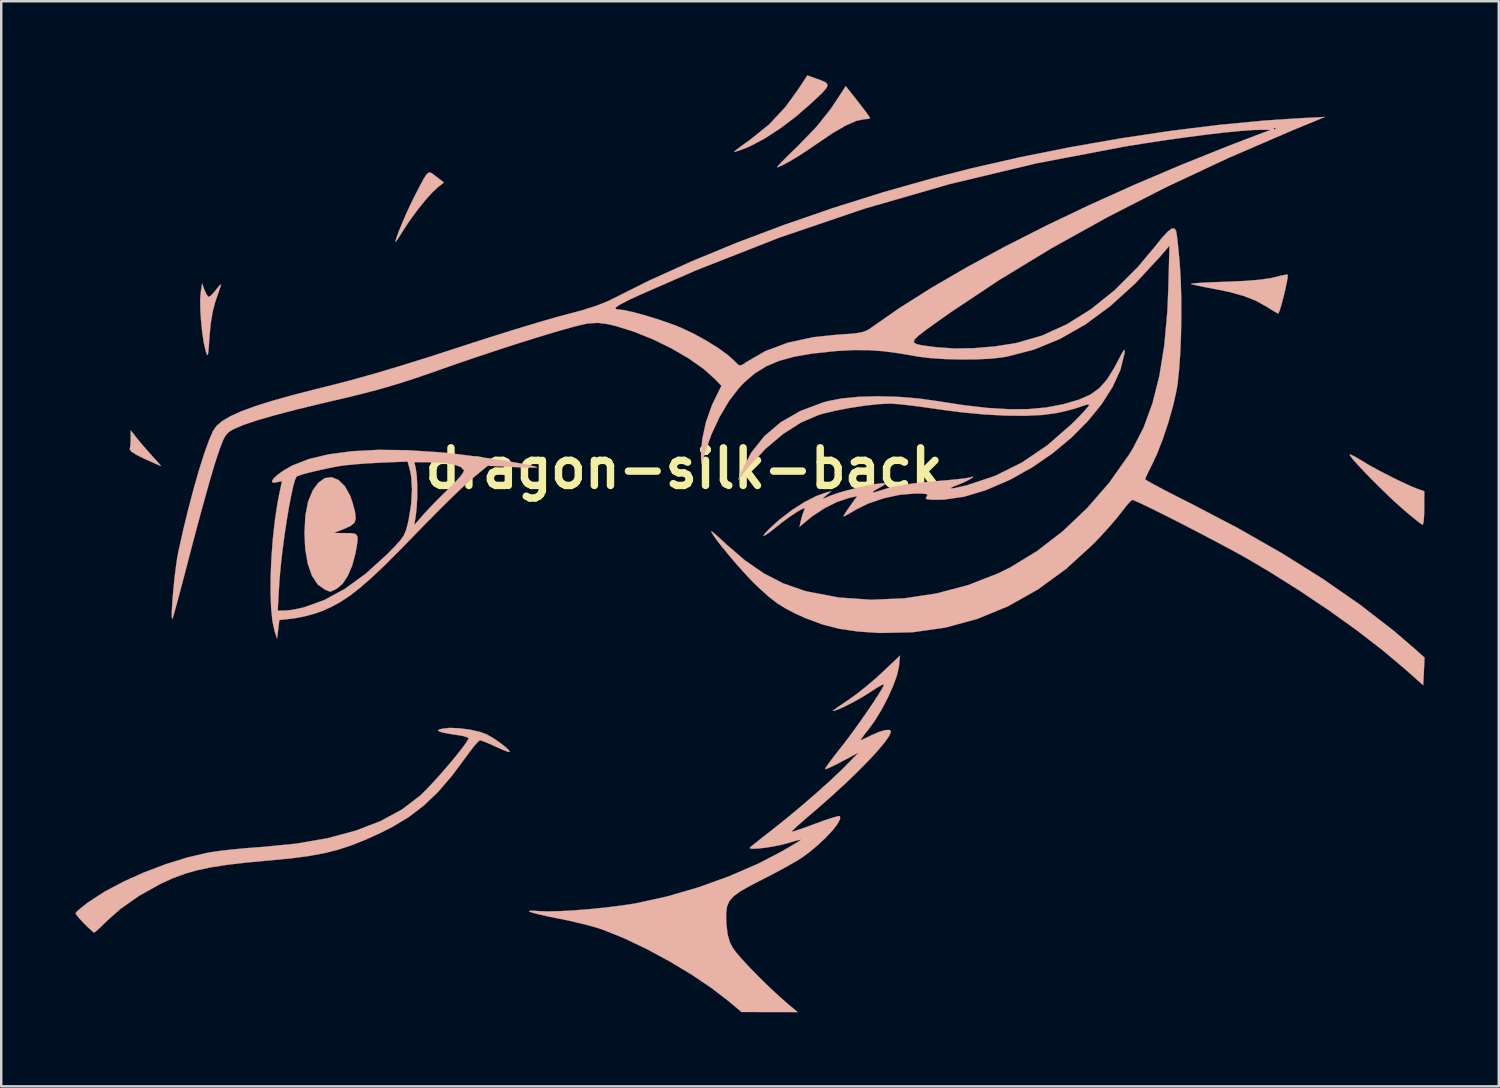
<source format=kicad_pcb>
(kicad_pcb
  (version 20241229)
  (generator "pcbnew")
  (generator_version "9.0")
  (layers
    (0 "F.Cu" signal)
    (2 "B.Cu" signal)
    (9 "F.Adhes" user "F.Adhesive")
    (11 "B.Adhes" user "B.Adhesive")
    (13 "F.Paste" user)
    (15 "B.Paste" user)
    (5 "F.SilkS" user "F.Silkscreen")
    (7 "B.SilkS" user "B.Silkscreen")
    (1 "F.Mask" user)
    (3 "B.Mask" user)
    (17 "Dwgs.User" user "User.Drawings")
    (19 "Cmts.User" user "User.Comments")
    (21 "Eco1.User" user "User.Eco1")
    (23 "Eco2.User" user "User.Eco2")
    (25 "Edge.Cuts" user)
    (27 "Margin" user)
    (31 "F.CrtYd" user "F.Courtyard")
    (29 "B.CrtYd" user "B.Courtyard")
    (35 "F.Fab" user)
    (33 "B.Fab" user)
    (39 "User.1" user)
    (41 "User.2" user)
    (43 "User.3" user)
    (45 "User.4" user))
  (footprint "dragon-silk-back"
    (layer "F.Cu")
    (at 24.643 15.915)
    (property "Reference" "dragon-silk-back" (at 0 0 0) (layer "F.SilkS") (effects (font (size 1.524 1.524) (thickness 0.3))))
    (attr through_hole)
    (fp_poly (pts (xy -22.145 -1.216) (xy -21.939 -0.968) (xy -21.685 -0.675) (xy -21.515 -0.487) (xy -21.331 -0.284) (xy -21.209 -0.142) (xy -21.176 -0.094) (xy -21.263 -0.13) (xy -21.466 -0.22) (xy -21.746 -0.345) (xy -21.844 -0.389) (xy -22.177 -0.554) (xy -22.381 -0.688) (xy -22.441 -0.78) (xy -22.44 -0.783) (xy -22.414 -0.933) (xy -22.402 -1.167) (xy -22.402 -1.216) (xy -22.403 -1.543) (xy -22.145 -1.216)) (stroke (width 0.01) (type solid)) (fill yes) (layer "B.SilkS"))
    (fp_poly (pts (xy 5.336 -15.79) (xy 5.593 -15.697) (xy 5.755 -15.618) (xy 5.816 -15.529) (xy 5.772 -15.407) (xy 5.618 -15.228) (xy 5.349 -14.969) (xy 5.132 -14.767) (xy 4.518 -14.235) (xy 3.877 -13.753) (xy 3.247 -13.346) (xy 2.665 -13.04) (xy 2.477 -12.961) (xy 2.236 -12.872) (xy 2.075 -12.823) (xy 2.032 -12.821) (xy 2.097 -12.881) (xy 2.27 -13.014) (xy 2.523 -13.198) (xy 2.691 -13.317) (xy 3.445 -13.925) (xy 4.108 -14.636) (xy 4.602 -15.316) (xy 4.994 -15.91) (xy 5.336 -15.79)) (stroke (width 0.01) (type solid)) (fill yes) (layer "B.SilkS"))
    (fp_poly (pts (xy -10.246 -11.971) (xy -10.142 -11.902) (xy -10.03 -11.815) (xy -9.718 -11.576) (xy -9.975 -11.375) (xy -10.205 -11.159) (xy -10.491 -10.838) (xy -10.801 -10.451) (xy -11.102 -10.039) (xy -11.364 -9.642) (xy -11.39 -9.599) (xy -11.537 -9.364) (xy -11.642 -9.209) (xy -11.684 -9.167) (xy -11.684 -9.168) (xy -11.649 -9.314) (xy -11.555 -9.576) (xy -11.418 -9.916) (xy -11.252 -10.298) (xy -11.074 -10.686) (xy -10.897 -11.043) (xy -10.883 -11.072) (xy -10.673 -11.477) (xy -10.524 -11.752) (xy -10.417 -11.914) (xy -10.331 -11.981) (xy -10.246 -11.971)) (stroke (width 0.01) (type solid)) (fill yes) (layer "B.SilkS"))
    (fp_poly (pts (xy 7.042 -14.854) (xy 7.256 -14.578) (xy 7.423 -14.354) (xy 7.52 -14.214) (xy 7.535 -14.184) (xy 7.462 -14.151) (xy 7.303 -14.139) (xy 6.982 -14.074) (xy 6.551 -13.885) (xy 6.013 -13.572) (xy 5.419 -13.17) (xy 5.013 -12.892) (xy 4.62 -12.638) (xy 4.267 -12.426) (xy 3.984 -12.274) (xy 3.799 -12.198) (xy 3.764 -12.192) (xy 3.804 -12.247) (xy 3.946 -12.398) (xy 4.173 -12.626) (xy 4.462 -12.91) (xy 4.629 -13.071) (xy 5.361 -13.828) (xy 5.929 -14.54) (xy 6.048 -14.714) (xy 6.55 -15.479) (xy 7.042 -14.854)) (stroke (width 0.01) (type solid)) (fill yes) (layer "B.SilkS"))
    (fp_poly (pts (xy 27.037 -0.542) (xy 27.222 -0.446) (xy 27.466 -0.298) (xy 27.78 -0.111) (xy 28.183 0.109) (xy 28.626 0.337) (xy 29.063 0.551) (xy 29.446 0.725) (xy 29.711 0.832) (xy 29.972 0.923) (xy 29.972 1.604) (xy 29.965 1.92) (xy 29.945 2.157) (xy 29.918 2.277) (xy 29.909 2.284) (xy 29.822 2.231) (xy 29.638 2.089) (xy 29.382 1.88) (xy 29.125 1.663) (xy 28.833 1.402) (xy 28.505 1.095) (xy 28.163 0.763) (xy 27.827 0.427) (xy 27.518 0.108) (xy 27.257 -0.171) (xy 27.065 -0.391) (xy 26.962 -0.529) (xy 26.952 -0.565) (xy 27.037 -0.542)) (stroke (width 0.01) (type solid)) (fill yes) (layer "B.SilkS"))
    (fp_poly (pts (xy -19.412 -7.218) (xy -19.326 -7.034) (xy -19.246 -6.944) (xy -19.237 -6.943) (xy -19.146 -7.005) (xy -19.002 -7.163) (xy -18.926 -7.26) (xy -18.804 -7.41) (xy -18.745 -7.448) (xy -18.749 -7.408) (xy -18.807 -7.24) (xy -18.898 -6.974) (xy -18.982 -6.731) (xy -19.083 -6.342) (xy -19.164 -5.843) (xy -19.212 -5.334) (xy -19.238 -4.943) (xy -19.259 -4.703) (xy -19.28 -4.595) (xy -19.308 -4.601) (xy -19.347 -4.703) (xy -19.372 -4.784) (xy -19.444 -5.101) (xy -19.507 -5.523) (xy -19.554 -5.996) (xy -19.583 -6.461) (xy -19.587 -6.864) (xy -19.568 -7.112) (xy -19.511 -7.493) (xy -19.412 -7.218)) (stroke (width 0.01) (type solid)) (fill yes) (layer "B.SilkS"))
    (fp_poly (pts (xy 24.443 -7.843) (xy 24.443 -7.749) (xy 24.408 -7.54) (xy 24.348 -7.258) (xy 24.274 -6.948) (xy 24.197 -6.654) (xy 24.126 -6.419) (xy 24.074 -6.286) (xy 24.059 -6.272) (xy 23.962 -6.319) (xy 23.774 -6.431) (xy 23.625 -6.527) (xy 23.187 -6.774) (xy 22.684 -6.975) (xy 22.08 -7.144) (xy 21.457 -7.271) (xy 21.089 -7.34) (xy 20.786 -7.402) (xy 20.586 -7.45) (xy 20.524 -7.472) (xy 20.59 -7.488) (xy 20.799 -7.506) (xy 21.125 -7.526) (xy 21.542 -7.544) (xy 21.946 -7.558) (xy 22.713 -7.591) (xy 23.32 -7.641) (xy 23.765 -7.706) (xy 23.909 -7.74) (xy 24.177 -7.807) (xy 24.371 -7.844) (xy 24.443 -7.843)) (stroke (width 0.01) (type solid)) (fill yes) (layer "B.SilkS"))
    (fp_poly (pts (xy -13.986 0.47) (xy -13.734 0.719) (xy -13.522 1.093) (xy -13.423 1.369) (xy -13.32 1.754) (xy -13.289 2.017) (xy -13.341 2.195) (xy -13.487 2.323) (xy -13.737 2.439) (xy -14.182 2.614) (xy -13.695 2.619) (xy -13.445 2.625) (xy -13.292 2.658) (xy -13.221 2.749) (xy -13.217 2.929) (xy -13.263 3.229) (xy -13.3 3.431) (xy -13.427 3.917) (xy -13.608 4.343) (xy -13.824 4.673) (xy -14.051 4.866) (xy -14.227 4.953) (xy -14.323 4.99) (xy -14.326 4.99) (xy -14.414 4.958) (xy -14.53 4.912) (xy -14.825 4.704) (xy -15.061 4.349) (xy -15.233 3.861) (xy -15.336 3.254) (xy -15.366 2.625) (xy -15.33 1.913) (xy -15.218 1.337) (xy -15.026 0.88) (xy -14.804 0.579) (xy -14.539 0.39) (xy -14.26 0.357) (xy -13.986 0.47)) (stroke (width 0.01) (type solid)) (fill yes) (layer "B.SilkS"))
    (fp_poly (pts (xy -9.089 10.521) (xy -8.659 10.577) (xy -8.263 10.666) (xy -7.988 10.768) (xy -7.75 10.903) (xy -7.501 11.069) (xy -7.277 11.238) (xy -7.114 11.382) (xy -7.049 11.473) (xy -7.053 11.484) (xy -7.141 11.468) (xy -7.339 11.392) (xy -7.606 11.274) (xy -7.629 11.263) (xy -7.91 11.135) (xy -8.136 11.044) (xy -8.258 11.007) (xy -8.261 11.007) (xy -8.347 11.072) (xy -8.5 11.246) (xy -8.692 11.497) (xy -8.781 11.62) (xy -9.376 12.422) (xy -9.948 13.088) (xy -10.524 13.641) (xy -11.133 14.108) (xy -11.802 14.512) (xy -12.234 14.731) (xy -12.863 15.019) (xy -13.435 15.25) (xy -13.987 15.433) (xy -14.555 15.577) (xy -15.176 15.691) (xy -15.888 15.785) (xy -16.727 15.867) (xy -16.862 15.878) (xy -17.763 15.962) (xy -18.522 16.052) (xy -19.167 16.154) (xy -19.725 16.273) (xy -20.224 16.417) (xy -20.691 16.591) (xy -21.155 16.801) (xy -21.209 16.828) (xy -22.063 17.305) (xy -22.814 17.832) (xy -23.368 18.323) (xy -23.593 18.545) (xy -23.771 18.711) (xy -23.871 18.791) (xy -23.88 18.795) (xy -23.958 18.74) (xy -24.117 18.596) (xy -24.282 18.433) (xy -24.471 18.231) (xy -24.6 18.075) (xy -24.638 18.009) (xy -24.575 17.934) (xy -24.407 17.789) (xy -24.167 17.602) (xy -24.109 17.559) (xy -23.469 17.142) (xy -22.703 16.735) (xy -21.857 16.355) (xy -20.974 16.02) (xy -20.097 15.748) (xy -19.272 15.557) (xy -19.177 15.54) (xy -18.807 15.487) (xy -18.325 15.432) (xy -17.784 15.38) (xy -17.243 15.337) (xy -17.103 15.328) (xy -15.708 15.193) (xy -14.438 14.973) (xy -13.297 14.668) (xy -12.291 14.281) (xy -11.425 13.814) (xy -10.704 13.267) (xy -10.669 13.235) (xy -10.427 12.997) (xy -10.141 12.694) (xy -9.835 12.353) (xy -9.528 11.998) (xy -9.242 11.655) (xy -8.999 11.349) (xy -8.821 11.107) (xy -8.729 10.954) (xy -8.721 10.924) (xy -8.797 10.875) (xy -8.995 10.823) (xy -9.207 10.79) (xy -9.506 10.745) (xy -9.757 10.696) (xy -9.864 10.666) (xy -9.964 10.616) (xy -9.925 10.578) (xy -9.792 10.539) (xy -9.488 10.505) (xy -9.089 10.521)) (stroke (width 0.01) (type solid)) (fill yes) (layer "B.SilkS"))
    (fp_poly (pts (xy -11.197 -0.738) (xy -9.911 -0.655) (xy -9.737 -0.639) (xy -9.269 -0.589) (xy -8.749 -0.525) (xy -8.205 -0.452) (xy -7.662 -0.373) (xy -7.149 -0.292) (xy -6.694 -0.215) (xy -6.323 -0.145) (xy -6.063 -0.087) (xy -5.943 -0.044) (xy -5.941 -0.042) (xy -6.006 -0.033) (xy -6.209 -0.032) (xy -6.519 -0.041) (xy -6.904 -0.057) (xy -6.924 -0.058) (xy -7.941 -0.11) (xy -8.564 0.4) (xy -8.788 0.597) (xy -9.106 0.895) (xy -9.497 1.273) (xy -9.937 1.709) (xy -10.405 2.181) (xy -10.879 2.667) (xy -10.906 2.695) (xy -11.584 3.391) (xy -12.168 3.971) (xy -12.675 4.449) (xy -13.122 4.838) (xy -13.525 5.151) (xy -13.901 5.401) (xy -14.267 5.602) (xy -14.638 5.767) (xy -14.87 5.853) (xy -15.249 5.963) (xy -15.668 6.052) (xy -15.872 6.082) (xy -16.383 6.138) (xy -16.429 6.519) (xy -16.474 6.9) (xy -16.582 6.562) (xy -16.664 6.178) (xy -16.706 5.757) (xy -16.449 5.757) (xy -16.174 5.757) (xy -15.941 5.736) (xy -15.626 5.68) (xy -15.387 5.624) (xy -14.568 5.332) (xy -13.733 4.877) (xy -12.887 4.263) (xy -12.04 3.495) (xy -11.976 3.431) (xy -11.68 3.129) (xy -11.48 2.906) (xy -11.35 2.721) (xy -11.264 2.533) (xy -11.199 2.302) (xy -11.197 2.294) (xy -10.92 2.294) (xy -10.572 1.892) (xy -10.359 1.659) (xy -10.068 1.357) (xy -9.744 1.033) (xy -9.546 0.842) (xy -9.261 0.555) (xy -9.047 0.314) (xy -8.926 0.142) (xy -8.907 0.075) (xy -9.034 -0.056) (xy -9.309 -0.157) (xy -9.71 -0.223) (xy -10.217 -0.249) (xy -10.221 -0.249) (xy -10.918 -0.254) (xy -10.856 0.021) (xy -10.817 0.319) (xy -10.799 0.723) (xy -10.801 1.172) (xy -10.825 1.605) (xy -10.857 1.888) (xy -10.92 2.294) (xy -11.197 2.294) (xy -11.15 2.088) (xy -11.047 1.458) (xy -11.012 0.849) (xy -11.046 0.312) (xy -11.099 0.051) (xy -11.191 -0.279) (xy -12.348 -0.229) (xy -12.827 -0.203) (xy -13.296 -0.168) (xy -13.702 -0.128) (xy -13.995 -0.088) (xy -14.012 -0.085) (xy -14.443 0.001) (xy -14.859 0.092) (xy -15.225 0.181) (xy -15.505 0.259) (xy -15.664 0.317) (xy -15.683 0.329) (xy -15.747 0.461) (xy -15.824 0.734) (xy -15.909 1.123) (xy -16 1.603) (xy -16.09 2.145) (xy -16.177 2.726) (xy -16.255 3.317) (xy -16.321 3.893) (xy -16.37 4.428) (xy -16.39 4.72) (xy -16.449 5.757) (xy -16.706 5.757) (xy -16.716 5.659) (xy -16.739 5.034) (xy -16.734 4.333) (xy -16.702 3.588) (xy -16.644 2.828) (xy -16.561 2.083) (xy -16.455 1.385) (xy -16.388 1.04) (xy -16.277 0.51) (xy -16.478 0.561) (xy -16.644 0.577) (xy -16.684 0.519) (xy -16.614 0.406) (xy -16.451 0.254) (xy -16.209 0.083) (xy -15.907 -0.092) (xy -15.854 -0.119) (xy -15.194 -0.378) (xy -14.387 -0.571) (xy -13.446 -0.695) (xy -12.379 -0.752) (xy -11.197 -0.738)) (stroke (width 0.01) (type solid)) (fill yes) (layer "B.SilkS"))
    (fp_poly (pts (xy 8.705 8.012) (xy 8.63 8.354) (xy 8.475 8.788) (xy 8.26 9.27) (xy 8.006 9.757) (xy 7.733 10.205) (xy 7.491 10.539) (xy 7.31 10.767) (xy 7.187 10.933) (xy 7.145 11.006) (xy 7.146 11.007) (xy 7.236 10.972) (xy 7.428 10.882) (xy 7.604 10.795) (xy 7.91 10.663) (xy 8.164 10.593) (xy 8.332 10.59) (xy 8.382 10.647) (xy 8.318 10.816) (xy 8.137 11.077) (xy 7.854 11.418) (xy 7.481 11.822) (xy 7.033 12.277) (xy 6.523 12.767) (xy 5.966 13.278) (xy 5.376 13.796) (xy 5.224 13.925) (xy 4.902 14.201) (xy 4.635 14.435) (xy 4.446 14.609) (xy 4.357 14.702) (xy 4.353 14.711) (xy 4.438 14.693) (xy 4.649 14.626) (xy 4.955 14.518) (xy 5.323 14.383) (xy 5.323 14.382) (xy 5.693 14.248) (xy 6.004 14.145) (xy 6.221 14.084) (xy 6.314 14.075) (xy 6.322 14.195) (xy 6.216 14.395) (xy 6.016 14.654) (xy 5.742 14.948) (xy 5.415 15.255) (xy 5.054 15.554) (xy 4.784 15.752) (xy 4.556 15.895) (xy 4.215 16.09) (xy 3.802 16.316) (xy 3.355 16.55) (xy 3.176 16.641) (xy 2.657 16.908) (xy 2.273 17.128) (xy 2.006 17.325) (xy 1.835 17.522) (xy 1.742 17.742) (xy 1.707 18.009) (xy 1.713 18.346) (xy 1.717 18.427) (xy 1.763 18.849) (xy 1.855 19.174) (xy 1.969 19.401) (xy 2.117 19.603) (xy 2.365 19.89) (xy 2.688 20.236) (xy 3.059 20.615) (xy 3.453 20.999) (xy 3.842 21.362) (xy 4.202 21.678) (xy 4.227 21.7) (xy 4.602 22.013) (xy 2.328 22.009) (xy 1.82 21.581) (xy 1.123 21.043) (xy 0.305 20.492) (xy -0.589 19.955) (xy -1.512 19.457) (xy -2.421 19.024) (xy -3.27 18.681) (xy -3.302 18.67) (xy -3.642 18.563) (xy -4.089 18.444) (xy -4.583 18.327) (xy -5.035 18.233) (xy -5.547 18.13) (xy -5.929 18.043) (xy -6.175 17.975) (xy -6.279 17.929) (xy -6.233 17.907) (xy -6.031 17.911) (xy -5.873 17.924) (xy -5.516 17.936) (xy -5.03 17.925) (xy -4.454 17.893) (xy -3.827 17.843) (xy -3.188 17.779) (xy -2.574 17.704) (xy -2.025 17.621) (xy -1.939 17.605) (xy -0.687 17.331) (xy 0.592 16.958) (xy 1.847 16.505) (xy 3.028 15.991) (xy 3.906 15.534) (xy 4.238 15.344) (xy 4.507 15.185) (xy 4.684 15.075) (xy 4.741 15.032) (xy 4.668 15.04) (xy 4.476 15.09) (xy 4.233 15.162) (xy 3.947 15.238) (xy 3.623 15.304) (xy 3.298 15.356) (xy 3.007 15.389) (xy 2.784 15.4) (xy 2.666 15.383) (xy 2.667 15.351) (xy 2.764 15.27) (xy 2.965 15.108) (xy 3.241 14.89) (xy 3.556 14.644) (xy 4.158 14.164) (xy 4.775 13.65) (xy 5.375 13.132) (xy 5.923 12.639) (xy 6.384 12.203) (xy 6.562 12.025) (xy 7.07 11.503) (xy 6.409 11.857) (xy 6.112 12.011) (xy 5.875 12.123) (xy 5.735 12.176) (xy 5.713 12.176) (xy 5.749 12.101) (xy 5.873 11.922) (xy 6.065 11.667) (xy 6.288 11.383) (xy 6.539 11.062) (xy 6.816 10.691) (xy 7.102 10.294) (xy 7.38 9.897) (xy 7.634 9.523) (xy 7.848 9.196) (xy 8.005 8.942) (xy 8.087 8.783) (xy 8.094 8.743) (xy 8.011 8.769) (xy 7.828 8.871) (xy 7.58 9.03) (xy 7.536 9.059) (xy 7.249 9.24) (xy 6.921 9.426) (xy 6.591 9.598) (xy 6.302 9.733) (xy 6.095 9.81) (xy 6.034 9.821) (xy 6.074 9.779) (xy 6.228 9.665) (xy 6.469 9.499) (xy 6.627 9.394) (xy 6.97 9.149) (xy 7.372 8.832) (xy 7.775 8.489) (xy 8.012 8.272) (xy 8.746 7.578) (xy 8.705 8.012)) (stroke (width 0.01) (type solid)) (fill yes) (layer "B.SilkS"))
    (fp_poly (pts (xy 17.84 -4.702) (xy 17.835 -4.657) (xy 17.671 -3.996) (xy 17.359 -3.308) (xy 16.915 -2.609) (xy 16.353 -1.919) (xy 15.691 -1.252) (xy 14.943 -0.627) (xy 14.124 -0.06) (xy 13.251 0.432) (xy 13.17 0.472) (xy 12.217 0.883) (xy 11.341 1.146) (xy 10.536 1.263) (xy 10.305 1.27) (xy 10 1.266) (xy 9.836 1.248) (xy 9.786 1.21) (xy 9.821 1.144) (xy 9.821 1.143) (xy 9.857 1.076) (xy 9.807 1.037) (xy 9.642 1.02) (xy 9.351 1.016) (xy 8.734 1.068) (xy 8.077 1.211) (xy 7.45 1.425) (xy 6.976 1.66) (xy 6.727 1.806) (xy 6.541 1.91) (xy 6.459 1.947) (xy 6.482 1.885) (xy 6.583 1.724) (xy 6.715 1.535) (xy 7.012 1.122) (xy 6.674 1.198) (xy 6.202 1.355) (xy 5.691 1.61) (xy 5.207 1.929) (xy 5.068 2.038) (xy 4.676 2.365) (xy 4.74 2.081) (xy 4.8 1.86) (xy 4.859 1.708) (xy 4.862 1.703) (xy 4.887 1.617) (xy 4.872 1.609) (xy 4.751 1.657) (xy 4.535 1.787) (xy 4.262 1.971) (xy 3.969 2.186) (xy 3.693 2.405) (xy 3.662 2.431) (xy 3.443 2.604) (xy 3.284 2.708) (xy 3.218 2.722) (xy 3.217 2.718) (xy 3.278 2.629) (xy 3.442 2.46) (xy 3.681 2.238) (xy 3.868 2.074) (xy 4.357 1.696) (xy 4.869 1.368) (xy 5.36 1.117) (xy 5.757 0.974) (xy 5.969 0.921) (xy 5.757 1.096) (xy 5.642 1.194) (xy 5.624 1.227) (xy 5.725 1.192) (xy 5.959 1.092) (xy 6.221 0.999) (xy 6.582 0.894) (xy 6.994 0.79) (xy 7.407 0.699) (xy 7.771 0.631) (xy 8.037 0.599) (xy 8.086 0.598) (xy 8.152 0.621) (xy 8.073 0.691) (xy 7.938 0.768) (xy 7.709 0.898) (xy 7.633 0.966) (xy 7.709 0.967) (xy 7.937 0.897) (xy 7.943 0.894) (xy 8.336 0.776) (xy 8.796 0.68) (xy 9.354 0.599) (xy 10.04 0.529) (xy 10.306 0.507) (xy 10.736 0.471) (xy 11.113 0.433) (xy 11.402 0.398) (xy 11.564 0.37) (xy 11.576 0.367) (xy 11.699 0.334) (xy 11.698 0.359) (xy 11.603 0.423) (xy 11.443 0.51) (xy 11.245 0.6) (xy 11.153 0.636) (xy 10.894 0.74) (xy 10.794 0.799) (xy 10.848 0.812) (xy 11.051 0.778) (xy 11.398 0.696) (xy 11.452 0.683) (xy 12.587 0.305) (xy 13.674 -0.235) (xy 14.711 -0.936) (xy 15.684 -1.785) (xy 15.971 -2.071) (xy 16.202 -2.315) (xy 16.356 -2.492) (xy 16.412 -2.579) (xy 16.411 -2.583) (xy 16.312 -2.582) (xy 16.124 -2.524) (xy 16.075 -2.505) (xy 15.852 -2.43) (xy 15.526 -2.342) (xy 15.158 -2.257) (xy 15.073 -2.239) (xy 14.518 -2.164) (xy 13.827 -2.13) (xy 13.03 -2.138) (xy 12.153 -2.185) (xy 11.226 -2.272) (xy 10.277 -2.397) (xy 10.217 -2.406) (xy 9.705 -2.48) (xy 9.214 -2.544) (xy 8.785 -2.592) (xy 8.457 -2.62) (xy 8.323 -2.625) (xy 7.868 -2.602) (xy 7.311 -2.54) (xy 6.711 -2.448) (xy 6.127 -2.336) (xy 5.62 -2.214) (xy 5.454 -2.165) (xy 4.735 -1.857) (xy 4.011 -1.395) (xy 3.297 -0.79) (xy 2.609 -0.055) (xy 2.427 0.169) (xy 2.192 0.466) (xy 2.328 0.127) (xy 2.725 -0.642) (xy 3.256 -1.308) (xy 3.918 -1.87) (xy 4.709 -2.324) (xy 5.625 -2.669) (xy 5.805 -2.72) (xy 6.379 -2.832) (xy 7.078 -2.9) (xy 7.859 -2.922) (xy 8.684 -2.899) (xy 9.512 -2.83) (xy 10.202 -2.734) (xy 11.322 -2.561) (xy 12.305 -2.448) (xy 13.174 -2.396) (xy 13.951 -2.402) (xy 14.658 -2.467) (xy 15.316 -2.591) (xy 15.429 -2.619) (xy 16.005 -2.79) (xy 16.455 -2.99) (xy 16.815 -3.249) (xy 17.123 -3.596) (xy 17.415 -4.063) (xy 17.569 -4.354) (xy 17.717 -4.638) (xy 17.804 -4.782) (xy 17.841 -4.799) (xy 17.84 -4.702)) (stroke (width 0.01) (type solid)) (fill yes) (layer "B.SilkS"))
    (fp_poly (pts (xy 24.638 -13.689) (xy 22.037 -12.568) (xy 19.535 -11.394) (xy 17.143 -10.172) (xy 14.876 -8.912) (xy 12.747 -7.619) (xy 10.77 -6.302) (xy 10.261 -5.941) (xy 9.819 -5.623) (xy 9.512 -5.39) (xy 9.339 -5.226) (xy 9.3 -5.115) (xy 9.395 -5.041) (xy 9.621 -4.987) (xy 9.98 -4.937) (xy 10.225 -4.906) (xy 10.939 -4.856) (xy 11.748 -4.869) (xy 12.591 -4.941) (xy 13.406 -5.069) (xy 13.466 -5.081) (xy 14.491 -5.376) (xy 15.501 -5.835) (xy 16.489 -6.453) (xy 17.447 -7.226) (xy 18.369 -8.148) (xy 19.08 -8.996) (xy 19.377 -9.364) (xy 19.597 -9.599) (xy 19.752 -9.713) (xy 19.858 -9.714) (xy 19.924 -9.618) (xy 19.947 -9.494) (xy 19.98 -9.236) (xy 20.018 -8.877) (xy 20.058 -8.452) (xy 20.07 -8.315) (xy 20.111 -7.664) (xy 20.133 -6.933) (xy 20.136 -6.16) (xy 20.122 -5.383) (xy 20.091 -4.64) (xy 20.044 -3.97) (xy 19.983 -3.411) (xy 19.945 -3.175) (xy 19.805 -2.546) (xy 19.612 -1.865) (xy 19.386 -1.188) (xy 19.146 -0.574) (xy 18.95 -0.155) (xy 18.813 0.117) (xy 18.713 0.328) (xy 18.671 0.436) (xy 18.671 0.439) (xy 18.743 0.491) (xy 18.946 0.607) (xy 19.261 0.776) (xy 19.665 0.988) (xy 20.14 1.23) (xy 20.532 1.427) (xy 22.431 2.419) (xy 24.212 3.436) (xy 25.862 4.471) (xy 27.373 5.519) (xy 28.732 6.571) (xy 29.576 7.295) (xy 29.984 7.662) (xy 29.93 8.78) (xy 29.168 8.104) (xy 28.269 7.348) (xy 27.241 6.556) (xy 26.116 5.749) (xy 24.923 4.949) (xy 23.695 4.177) (xy 22.86 3.683) (xy 22.511 3.487) (xy 22.081 3.252) (xy 21.592 2.991) (xy 21.066 2.714) (xy 20.524 2.433) (xy 19.99 2.158) (xy 19.483 1.902) (xy 19.028 1.675) (xy 18.645 1.488) (xy 18.356 1.354) (xy 18.184 1.282) (xy 18.149 1.273) (xy 18.067 1.339) (xy 17.917 1.508) (xy 17.729 1.747) (xy 17.695 1.793) (xy 17.479 2.063) (xy 17.183 2.405) (xy 16.847 2.773) (xy 16.551 3.081) (xy 15.467 4.07) (xy 14.325 4.902) (xy 13.13 5.576) (xy 11.884 6.09) (xy 10.591 6.443) (xy 9.254 6.634) (xy 7.916 6.662) (xy 7.048 6.604) (xy 6.292 6.493) (xy 5.597 6.315) (xy 4.91 6.058) (xy 4.513 5.878) (xy 4.11 5.67) (xy 3.764 5.452) (xy 3.424 5.188) (xy 3.036 4.839) (xy 2.963 4.769) (xy 2.697 4.503) (xy 2.399 4.183) (xy 2.087 3.832) (xy 1.786 3.478) (xy 1.515 3.146) (xy 1.296 2.861) (xy 1.151 2.649) (xy 1.101 2.539) (xy 1.157 2.574) (xy 1.309 2.703) (xy 1.53 2.903) (xy 1.672 3.036) (xy 2.462 3.718) (xy 3.237 4.253) (xy 4.028 4.658) (xy 4.863 4.949) (xy 5.007 4.987) (xy 6.27 5.227) (xy 7.579 5.317) (xy 8.906 5.261) (xy 10.224 5.062) (xy 11.503 4.724) (xy 12.717 4.251) (xy 13.205 4.01) (xy 14.29 3.35) (xy 15.336 2.543) (xy 16.319 1.611) (xy 17.218 0.576) (xy 18.009 -0.541) (xy 18.172 -0.804) (xy 18.61 -1.659) (xy 18.968 -2.637) (xy 19.246 -3.744) (xy 19.447 -4.987) (xy 19.571 -6.371) (xy 19.611 -7.324) (xy 19.655 -9.017) (xy 19.255 -8.551) (xy 18.26 -7.479) (xy 17.261 -6.573) (xy 16.25 -5.828) (xy 15.221 -5.242) (xy 14.17 -4.811) (xy 13.091 -4.531) (xy 12.869 -4.492) (xy 12.407 -4.442) (xy 11.832 -4.415) (xy 11.199 -4.41) (xy 10.563 -4.427) (xy 9.977 -4.466) (xy 9.497 -4.524) (xy 9.44 -4.534) (xy 8.685 -4.664) (xy 8.039 -4.748) (xy 7.45 -4.789) (xy 6.865 -4.791) (xy 6.233 -4.757) (xy 6.064 -4.743) (xy 5.19 -4.65) (xy 4.458 -4.523) (xy 3.843 -4.352) (xy 3.319 -4.129) (xy 2.861 -3.844) (xy 2.444 -3.485) (xy 2.238 -3.271) (xy 1.831 -2.743) (xy 1.447 -2.096) (xy 1.111 -1.378) (xy 0.848 -0.64) (xy 0.735 -0.212) (xy 0.714 -0.193) (xy 0.696 -0.317) (xy 0.689 -0.508) (xy 0.737 -1.174) (xy 0.892 -1.884) (xy 1.137 -2.569) (xy 1.222 -2.752) (xy 1.515 -3.344) (xy 1.244 -3.628) (xy 0.777 -4.043) (xy 0.18 -4.461) (xy -0.509 -4.861) (xy -1.252 -5.224) (xy -2.011 -5.531) (xy -2.748 -5.762) (xy -3.069 -5.838) (xy -3.473 -5.894) (xy -3.85 -5.873) (xy -4.043 -5.839) (xy -4.377 -5.759) (xy -4.845 -5.63) (xy -5.423 -5.461) (xy -6.086 -5.259) (xy -6.807 -5.032) (xy -7.563 -4.787) (xy -8.328 -4.533) (xy -9.078 -4.278) (xy -9.567 -4.107) (xy -10.279 -3.857) (xy -10.885 -3.65) (xy -11.425 -3.474) (xy -11.933 -3.319) (xy -12.448 -3.174) (xy -13.005 -3.029) (xy -13.643 -2.872) (xy -14.399 -2.694) (xy -14.66 -2.633) (xy -15.676 -2.388) (xy -16.543 -2.161) (xy -17.257 -1.955) (xy -17.813 -1.769) (xy -18.208 -1.604) (xy -18.345 -1.53) (xy -18.464 -1.443) (xy -18.564 -1.324) (xy -18.66 -1.143) (xy -18.768 -0.87) (xy -18.904 -0.474) (xy -18.954 -0.322) (xy -19.061 0.027) (xy -19.202 0.509) (xy -19.367 1.094) (xy -19.548 1.751) (xy -19.737 2.449) (xy -19.924 3.157) (xy -19.984 3.387) (xy -20.151 4.032) (xy -20.307 4.623) (xy -20.444 5.14) (xy -20.559 5.564) (xy -20.645 5.876) (xy -20.698 6.055) (xy -20.711 6.091) (xy -20.734 6.046) (xy -20.738 5.864) (xy -20.726 5.576) (xy -20.701 5.213) (xy -20.665 4.806) (xy -20.621 4.385) (xy -20.571 3.982) (xy -20.52 3.628) (xy -20.475 3.387) (xy -20.274 2.485) (xy -20.06 1.608) (xy -19.841 0.781) (xy -19.624 0.027) (xy -19.415 -0.629) (xy -19.221 -1.164) (xy -19.067 -1.519) (xy -18.927 -1.719) (xy -18.7 -1.914) (xy -18.376 -2.107) (xy -17.945 -2.304) (xy -17.394 -2.508) (xy -16.714 -2.724) (xy -15.894 -2.955) (xy -14.923 -3.206) (xy -14.351 -3.347) (xy -13.507 -3.564) (xy -12.53 -3.838) (xy -11.443 -4.162) (xy -10.269 -4.529) (xy -9.229 -4.866) (xy -8.467 -5.114) (xy -7.701 -5.359) (xy -6.959 -5.591) (xy -6.268 -5.802) (xy -5.656 -5.984) (xy -5.15 -6.129) (xy -4.784 -6.226) (xy -4.091 -6.411) (xy -3.925 -6.465) (xy -2.781 -6.465) (xy -2.69 -6.436) (xy -2.634 -6.435) (xy -2.408 -6.406) (xy -2.064 -6.33) (xy -1.642 -6.216) (xy -1.182 -6.078) (xy -0.723 -5.926) (xy -0.306 -5.773) (xy -0.103 -5.689) (xy 0.397 -5.452) (xy 0.902 -5.175) (xy 1.37 -4.883) (xy 1.761 -4.603) (xy 2.026 -4.368) (xy 2.178 -4.211) (xy 2.28 -4.165) (xy 2.402 -4.22) (xy 2.527 -4.307) (xy 3.306 -4.756) (xy 4.211 -5.092) (xy 5.242 -5.314) (xy 6.186 -5.413) (xy 6.645 -5.443) (xy 6.971 -5.474) (xy 7.199 -5.513) (xy 7.366 -5.568) (xy 7.507 -5.645) (xy 7.601 -5.712) (xy 8.729 -6.497) (xy 10.01 -7.306) (xy 11.43 -8.133) (xy 12.974 -8.97) (xy 14.629 -9.811) (xy 16.381 -10.649) (xy 18.217 -11.476) (xy 20.122 -12.286) (xy 22.082 -13.072) (xy 23.283 -13.531) (xy 23.749 -13.705) (xy 23.398 -13.711) (xy 23.032 -13.7) (xy 22.523 -13.663) (xy 21.893 -13.6) (xy 21.165 -13.516) (xy 20.363 -13.412) (xy 19.509 -13.292) (xy 18.627 -13.159) (xy 17.838 -13.031) (xy 14.274 -12.353) (xy 10.76 -11.513) (xy 7.292 -10.512) (xy 3.867 -9.347) (xy 0.481 -8.018) (xy -1.799 -7.021) (xy -2.262 -6.805) (xy -2.575 -6.643) (xy -2.745 -6.532) (xy -2.781 -6.465) (xy -3.925 -6.465) (xy -3.51 -6.599) (xy -3.064 -6.779) (xy -2.963 -6.829) (xy -1.393 -7.614) (xy 0.319 -8.388) (xy 2.148 -9.142) (xy 4.067 -9.865) (xy 6.049 -10.549) (xy 8.068 -11.183) (xy 10.097 -11.757) (xy 11.642 -12.152) (xy 13.6 -12.598) (xy 15.612 -13.001) (xy 17.642 -13.357) (xy 19.655 -13.66) (xy 20.447 -13.758) (xy 23.876 -13.758) (xy 23.918 -13.716) (xy 23.961 -13.758) (xy 23.918 -13.801) (xy 23.876 -13.758) (xy 20.447 -13.758) (xy 21.616 -13.904) (xy 23.49 -14.084) (xy 24.977 -14.182) (xy 25.95 -14.231) (xy 24.638 -13.689)) (stroke (width 0.01) (type solid)) (fill yes) (layer "B.SilkS")))
  (gr_rect
    (start -3 -3)
    (end 57.632 40.934)
    (stroke (width 0.1) (type default))
    (fill no)
    (layer "Edge.Cuts")))
</source>
